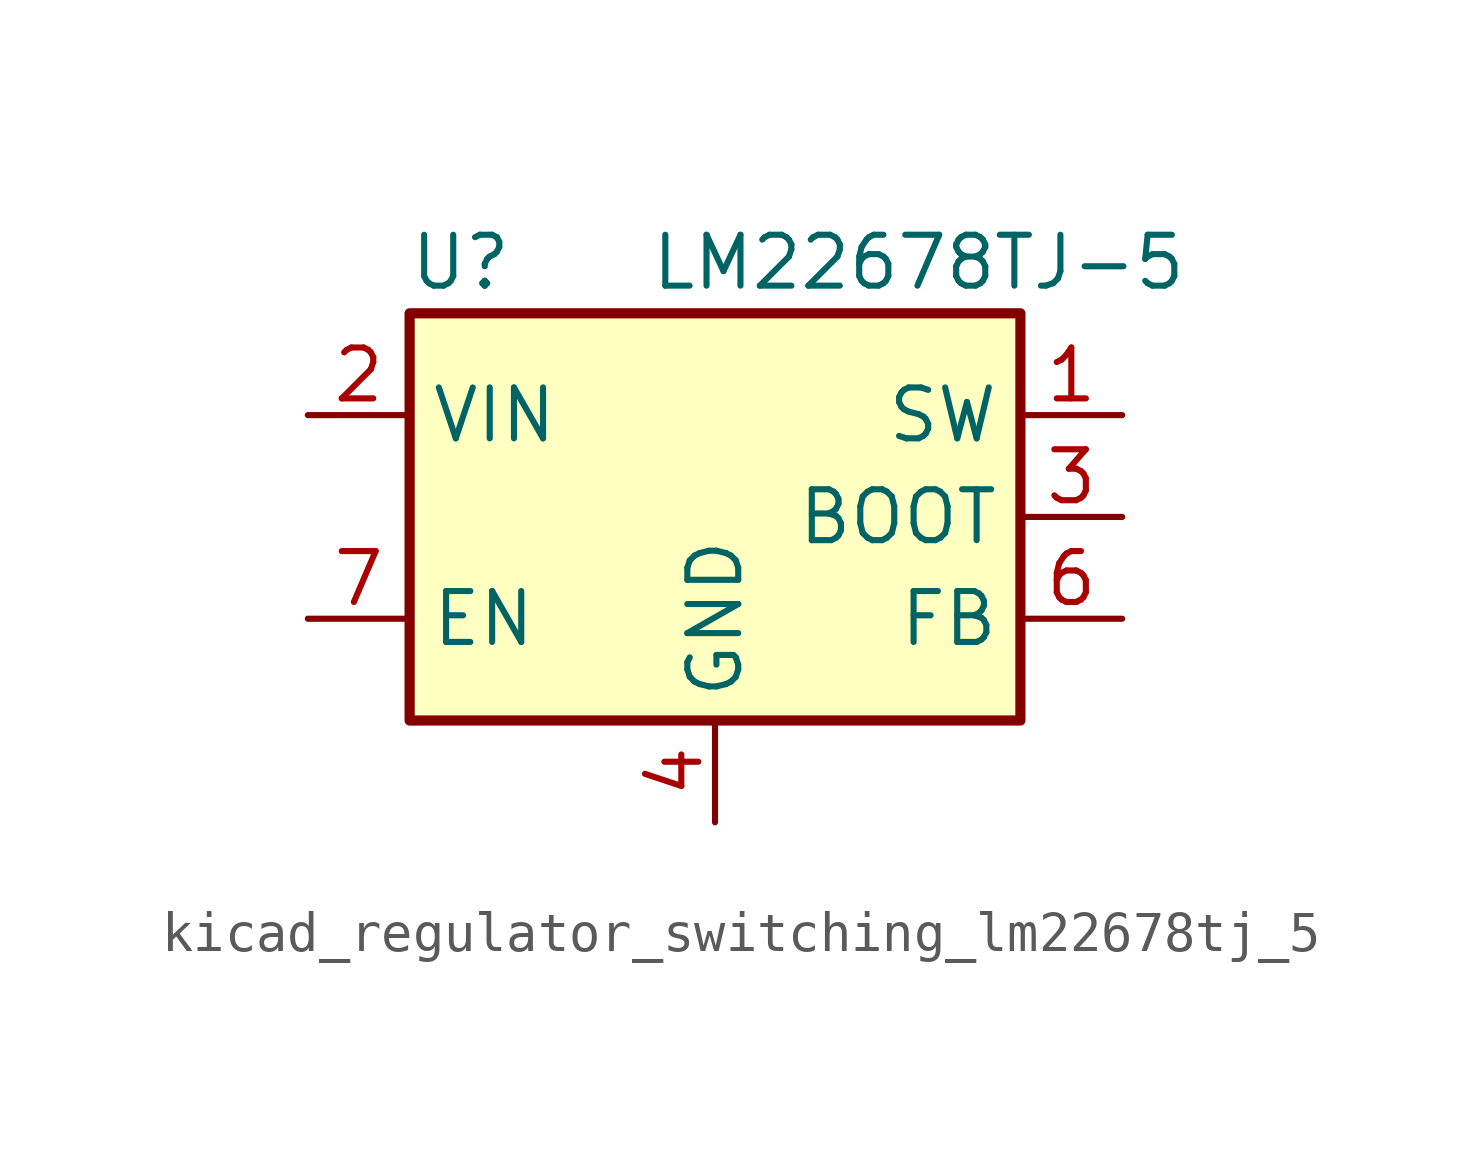
<source format=kicad_sym>
(kicad_symbol_lib
  (version 20220914)
  (generator kicad_symbol_editor)
  (symbol "kicad_regulator_switching_lm22678tj_5"
    (property "Reference" "U"
      (at -6.35 6.35 0)
      (effects (font (size 1.27 1.27))))
    (property "Value" "LM22678TJ-5"
      (at 5.08 6.35 0)
      (effects (font (size 1.27 1.27))))
    (symbol "kicad_regulator_switching_lm22678tj_5_0_1"
      (rectangle (start -7.62 5.08) (end 7.62 -5.08) (stroke (width 0.254) (type default)) (fill (type background))))
    (symbol "kicad_regulator_switching_lm22678tj_5_1_1"
      (pin power_out line (at 10.16 2.54 180) (length 2.54) (name "SW" (effects (font (size 1.27 1.27)))) (number "1" (effects (font (size 1.27 1.27)))))
      (pin power_in line (at -10.16 2.54 0) (length 2.54) (name "VIN" (effects (font (size 1.27 1.27)))) (number "2" (effects (font (size 1.27 1.27)))))
      (pin passive line (at 10.16 0 180) (length 2.54) (name "BOOT" (effects (font (size 1.27 1.27)))) (number "3" (effects (font (size 1.27 1.27)))))
      (pin power_in line (at 0 -7.62 90) (length 2.54) (name "GND" (effects (font (size 1.27 1.27)))) (number "4" (effects (font (size 1.27 1.27)))))
      (pin no_connect line (at -7.62 0 0) (length 2.54) hide (name "NC" (effects (font (size 1.27 1.27)))) (number "5" (effects (font (size 1.27 1.27)))))
      (pin input line (at 10.16 -2.54 180) (length 2.54) (name "FB" (effects (font (size 1.27 1.27)))) (number "6" (effects (font (size 1.27 1.27)))))
      (pin input line (at -10.16 -2.54 0) (length 2.54) (name "EN" (effects (font (size 1.27 1.27)))) (number "7" (effects (font (size 1.27 1.27)))))
      (pin passive line (at 0 -7.62 90) (length 2.54) hide (name "GND" (effects (font (size 1.27 1.27)))) (number "8" (effects (font (size 1.27 1.27))))))))
</source>
